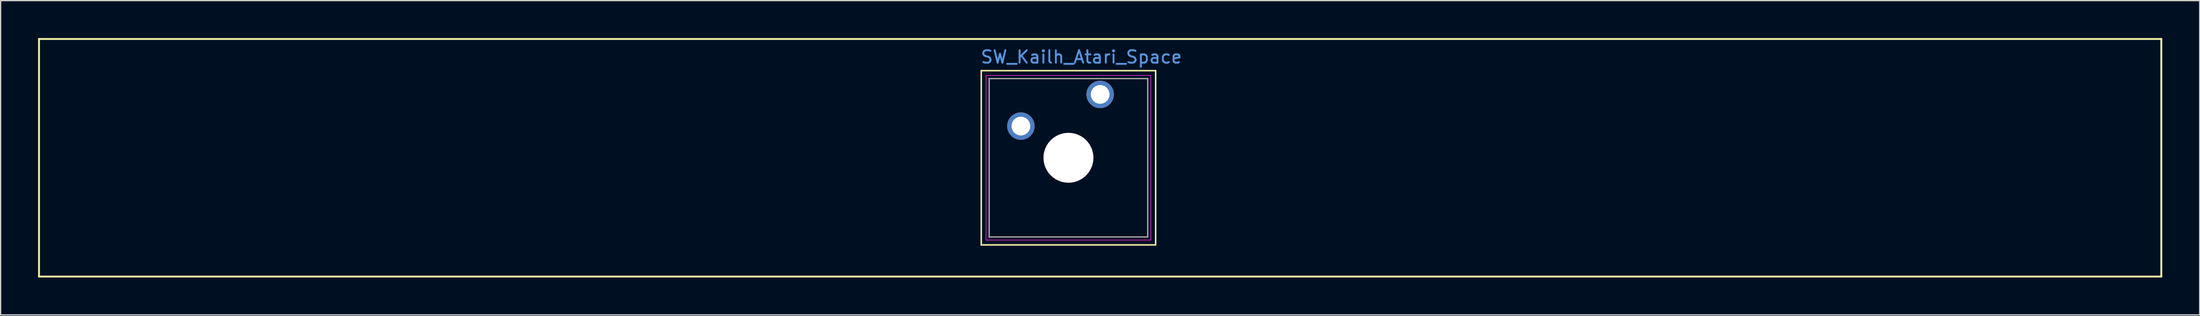
<source format=kicad_pcb>
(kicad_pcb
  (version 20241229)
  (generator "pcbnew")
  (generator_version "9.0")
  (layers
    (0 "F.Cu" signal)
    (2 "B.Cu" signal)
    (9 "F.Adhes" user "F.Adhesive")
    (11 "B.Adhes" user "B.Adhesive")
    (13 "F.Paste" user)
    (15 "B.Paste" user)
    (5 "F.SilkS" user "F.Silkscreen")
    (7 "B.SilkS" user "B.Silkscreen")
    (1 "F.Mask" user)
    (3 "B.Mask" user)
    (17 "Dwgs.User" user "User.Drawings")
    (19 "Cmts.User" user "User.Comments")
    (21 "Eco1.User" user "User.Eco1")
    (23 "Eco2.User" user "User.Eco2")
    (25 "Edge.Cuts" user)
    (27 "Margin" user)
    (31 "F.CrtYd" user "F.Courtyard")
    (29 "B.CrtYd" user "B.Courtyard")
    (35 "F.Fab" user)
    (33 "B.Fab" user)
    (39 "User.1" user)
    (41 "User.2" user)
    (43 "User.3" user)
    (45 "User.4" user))
  (footprint "SW_Kailh_Atari_Space"
    (layer "F.Cu")
    (at 82.535 9.6)
    (property "Reference" "SW_Kailh_Atari_Space" (at 1.04 -8.08 0) (layer "Cmts.User") (effects (font (size 1 1) (thickness 0.15))))
    (attr through_hole)
    (fp_line (start -82.46 -9.525) (end 87.54 -9.525) (stroke (width 0.15) (type solid)) (layer "F.SilkS"))
    (fp_line (start -82.46 9.525) (end -82.46 -9.525) (stroke (width 0.15) (type solid)) (layer "F.SilkS"))
    (fp_line (start -82.46 9.525) (end 87.54 9.525) (stroke (width 0.15) (type solid)) (layer "F.SilkS"))
    (fp_line (start -6.985 -6.985) (end 6.985 -6.985) (stroke (width 0.12) (type solid)) (layer "F.SilkS"))
    (fp_line (start -6.985 6.985) (end -6.985 -6.985) (stroke (width 0.12) (type solid)) (layer "F.SilkS"))
    (fp_line (start 6.985 -6.985) (end 6.985 6.985) (stroke (width 0.12) (type solid)) (layer "F.SilkS"))
    (fp_line (start 6.985 6.985) (end -6.985 6.985) (stroke (width 0.12) (type solid)) (layer "F.SilkS"))
    (fp_line (start 87.54 -9.525) (end 87.54 9.525) (stroke (width 0.15) (type solid)) (layer "F.SilkS"))
    (fp_line (start -6.6 -6.6) (end 6.6 -6.6) (stroke (width 0.05) (type solid)) (layer "F.CrtYd"))
    (fp_line (start -6.6 6.6) (end -6.6 -6.6) (stroke (width 0.05) (type solid)) (layer "F.CrtYd"))
    (fp_line (start 6.6 -6.6) (end 6.6 6.6) (stroke (width 0.05) (type solid)) (layer "F.CrtYd"))
    (fp_line (start 6.6 6.6) (end -6.6 6.6) (stroke (width 0.05) (type solid)) (layer "F.CrtYd"))
    (fp_line (start -6.35 -6.35) (end 6.35 -6.35) (stroke (width 0.1) (type solid)) (layer "F.Fab"))
    (fp_line (start -6.35 6.35) (end -6.35 -6.35) (stroke (width 0.1) (type solid)) (layer "F.Fab"))
    (fp_line (start 6.35 -6.35) (end 6.35 6.35) (stroke (width 0.1) (type solid)) (layer "F.Fab"))
    (fp_line (start 6.35 6.35) (end -6.35 6.35) (stroke (width 0.1) (type solid)) (layer "F.Fab"))
    (pad "" np_thru_hole circle (at 0 0) (size 4 4) (drill 4) (layers "*.Cu" "*.Mask"))
    (pad "1" thru_hole circle (at 2.54 -5.08) (size 2.2 2.2) (drill 1.5) (layers "*.Cu" "*.Mask"))
    (pad "2" thru_hole circle (at -3.81 -2.54) (size 2.2 2.2) (drill 1.5) (layers "*.Cu" "*.Mask")))
  (gr_rect
    (start -3 -3)
    (end 173.15 22.2)
    (stroke (width 0.1) (type default))
    (fill no)
    (layer "Edge.Cuts")))
</source>
